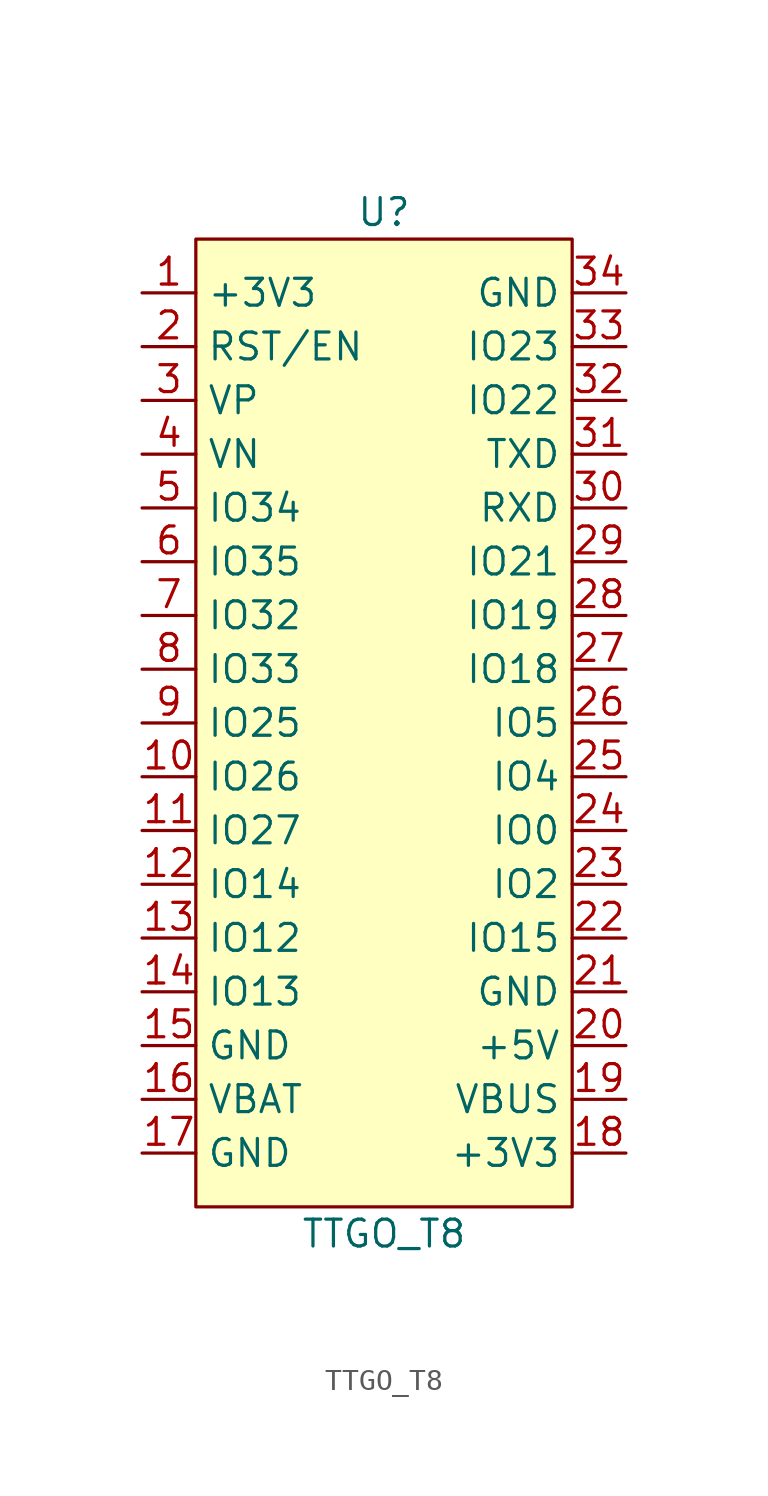
<source format=kicad_sym>
(kicad_symbol_lib
  (version 20211014)
  (generator kicad_symbol_editor)
  (symbol "TTGO_T8"
    (property "Reference" "U"
      (at 0 19.05 0)
      (effects (font (size 1.27 1.27))))
    (property "Value" "TTGO_T8"
      (at 0 -29.21 0)
      (effects (font (size 1.27 1.27))))
    (symbol "TTGO_T8_0_1"
      (rectangle (start -8.89 17.78) (end 8.89 -27.94) (stroke (width 0) (type default) (color 0 0 0 0)) (fill (type background))))
    (symbol "TTGO_T8_1_1"
      (pin input line (at -11.43 15.24 0) (length 2.54) (name "+3V3" (effects (font (size 1.27 1.27)))) (number "1" (effects (font (size 1.27 1.27)))))
      (pin input line (at -11.43 -7.62 0) (length 2.54) (name "IO26" (effects (font (size 1.27 1.27)))) (number "10" (effects (font (size 1.27 1.27)))))
      (pin input line (at -11.43 -10.16 0) (length 2.54) (name "IO27" (effects (font (size 1.27 1.27)))) (number "11" (effects (font (size 1.27 1.27)))))
      (pin input line (at -11.43 -12.7 0) (length 2.54) (name "IO14" (effects (font (size 1.27 1.27)))) (number "12" (effects (font (size 1.27 1.27)))))
      (pin input line (at -11.43 -15.24 0) (length 2.54) (name "IO12" (effects (font (size 1.27 1.27)))) (number "13" (effects (font (size 1.27 1.27)))))
      (pin input line (at -11.43 -17.78 0) (length 2.54) (name "IO13" (effects (font (size 1.27 1.27)))) (number "14" (effects (font (size 1.27 1.27)))))
      (pin input line (at -11.43 -20.32 0) (length 2.54) (name "GND" (effects (font (size 1.27 1.27)))) (number "15" (effects (font (size 1.27 1.27)))))
      (pin input line (at -11.43 -22.86 0) (length 2.54) (name "VBAT" (effects (font (size 1.27 1.27)))) (number "16" (effects (font (size 1.27 1.27)))))
      (pin input line (at -11.43 -25.4 0) (length 2.54) (name "GND" (effects (font (size 1.27 1.27)))) (number "17" (effects (font (size 1.27 1.27)))))
      (pin input line (at 11.43 -25.4 180) (length 2.54) (name "+3V3" (effects (font (size 1.27 1.27)))) (number "18" (effects (font (size 1.27 1.27)))))
      (pin input line (at 11.43 -22.86 180) (length 2.54) (name "VBUS" (effects (font (size 1.27 1.27)))) (number "19" (effects (font (size 1.27 1.27)))))
      (pin input line (at -11.43 12.7 0) (length 2.54) (name "RST/EN" (effects (font (size 1.27 1.27)))) (number "2" (effects (font (size 1.27 1.27)))))
      (pin input line (at 11.43 -20.32 180) (length 2.54) (name "+5V" (effects (font (size 1.27 1.27)))) (number "20" (effects (font (size 1.27 1.27)))))
      (pin input line (at 11.43 -17.78 180) (length 2.54) (name "GND" (effects (font (size 1.27 1.27)))) (number "21" (effects (font (size 1.27 1.27)))))
      (pin input line (at 11.43 -15.24 180) (length 2.54) (name "IO15" (effects (font (size 1.27 1.27)))) (number "22" (effects (font (size 1.27 1.27)))))
      (pin input line (at 11.43 -12.7 180) (length 2.54) (name "IO2" (effects (font (size 1.27 1.27)))) (number "23" (effects (font (size 1.27 1.27)))))
      (pin input line (at 11.43 -10.16 180) (length 2.54) (name "IO0" (effects (font (size 1.27 1.27)))) (number "24" (effects (font (size 1.27 1.27)))))
      (pin input line (at 11.43 -7.62 180) (length 2.54) (name "IO4" (effects (font (size 1.27 1.27)))) (number "25" (effects (font (size 1.27 1.27)))))
      (pin input line (at 11.43 -5.08 180) (length 2.54) (name "IO5" (effects (font (size 1.27 1.27)))) (number "26" (effects (font (size 1.27 1.27)))))
      (pin input line (at 11.43 -2.54 180) (length 2.54) (name "IO18" (effects (font (size 1.27 1.27)))) (number "27" (effects (font (size 1.27 1.27)))))
      (pin input line (at 11.43 0 180) (length 2.54) (name "IO19" (effects (font (size 1.27 1.27)))) (number "28" (effects (font (size 1.27 1.27)))))
      (pin input line (at 11.43 2.54 180) (length 2.54) (name "IO21" (effects (font (size 1.27 1.27)))) (number "29" (effects (font (size 1.27 1.27)))))
      (pin input line (at -11.43 10.16 0) (length 2.54) (name "VP" (effects (font (size 1.27 1.27)))) (number "3" (effects (font (size 1.27 1.27)))))
      (pin input line (at 11.43 5.08 180) (length 2.54) (name "RXD" (effects (font (size 1.27 1.27)))) (number "30" (effects (font (size 1.27 1.27)))))
      (pin input line (at 11.43 7.62 180) (length 2.54) (name "TXD" (effects (font (size 1.27 1.27)))) (number "31" (effects (font (size 1.27 1.27)))))
      (pin input line (at 11.43 10.16 180) (length 2.54) (name "IO22" (effects (font (size 1.27 1.27)))) (number "32" (effects (font (size 1.27 1.27)))))
      (pin input line (at 11.43 12.7 180) (length 2.54) (name "IO23" (effects (font (size 1.27 1.27)))) (number "33" (effects (font (size 1.27 1.27)))))
      (pin input line (at 11.43 15.24 180) (length 2.54) (name "GND" (effects (font (size 1.27 1.27)))) (number "34" (effects (font (size 1.27 1.27)))))
      (pin input line (at -11.43 7.62 0) (length 2.54) (name "VN" (effects (font (size 1.27 1.27)))) (number "4" (effects (font (size 1.27 1.27)))))
      (pin input line (at -11.43 5.08 0) (length 2.54) (name "IO34" (effects (font (size 1.27 1.27)))) (number "5" (effects (font (size 1.27 1.27)))))
      (pin input line (at -11.43 2.54 0) (length 2.54) (name "IO35" (effects (font (size 1.27 1.27)))) (number "6" (effects (font (size 1.27 1.27)))))
      (pin input line (at -11.43 0 0) (length 2.54) (name "IO32" (effects (font (size 1.27 1.27)))) (number "7" (effects (font (size 1.27 1.27)))))
      (pin input line (at -11.43 -2.54 0) (length 2.54) (name "IO33" (effects (font (size 1.27 1.27)))) (number "8" (effects (font (size 1.27 1.27)))))
      (pin input line (at -11.43 -5.08 0) (length 2.54) (name "IO25" (effects (font (size 1.27 1.27)))) (number "9" (effects (font (size 1.27 1.27))))))))
</source>
